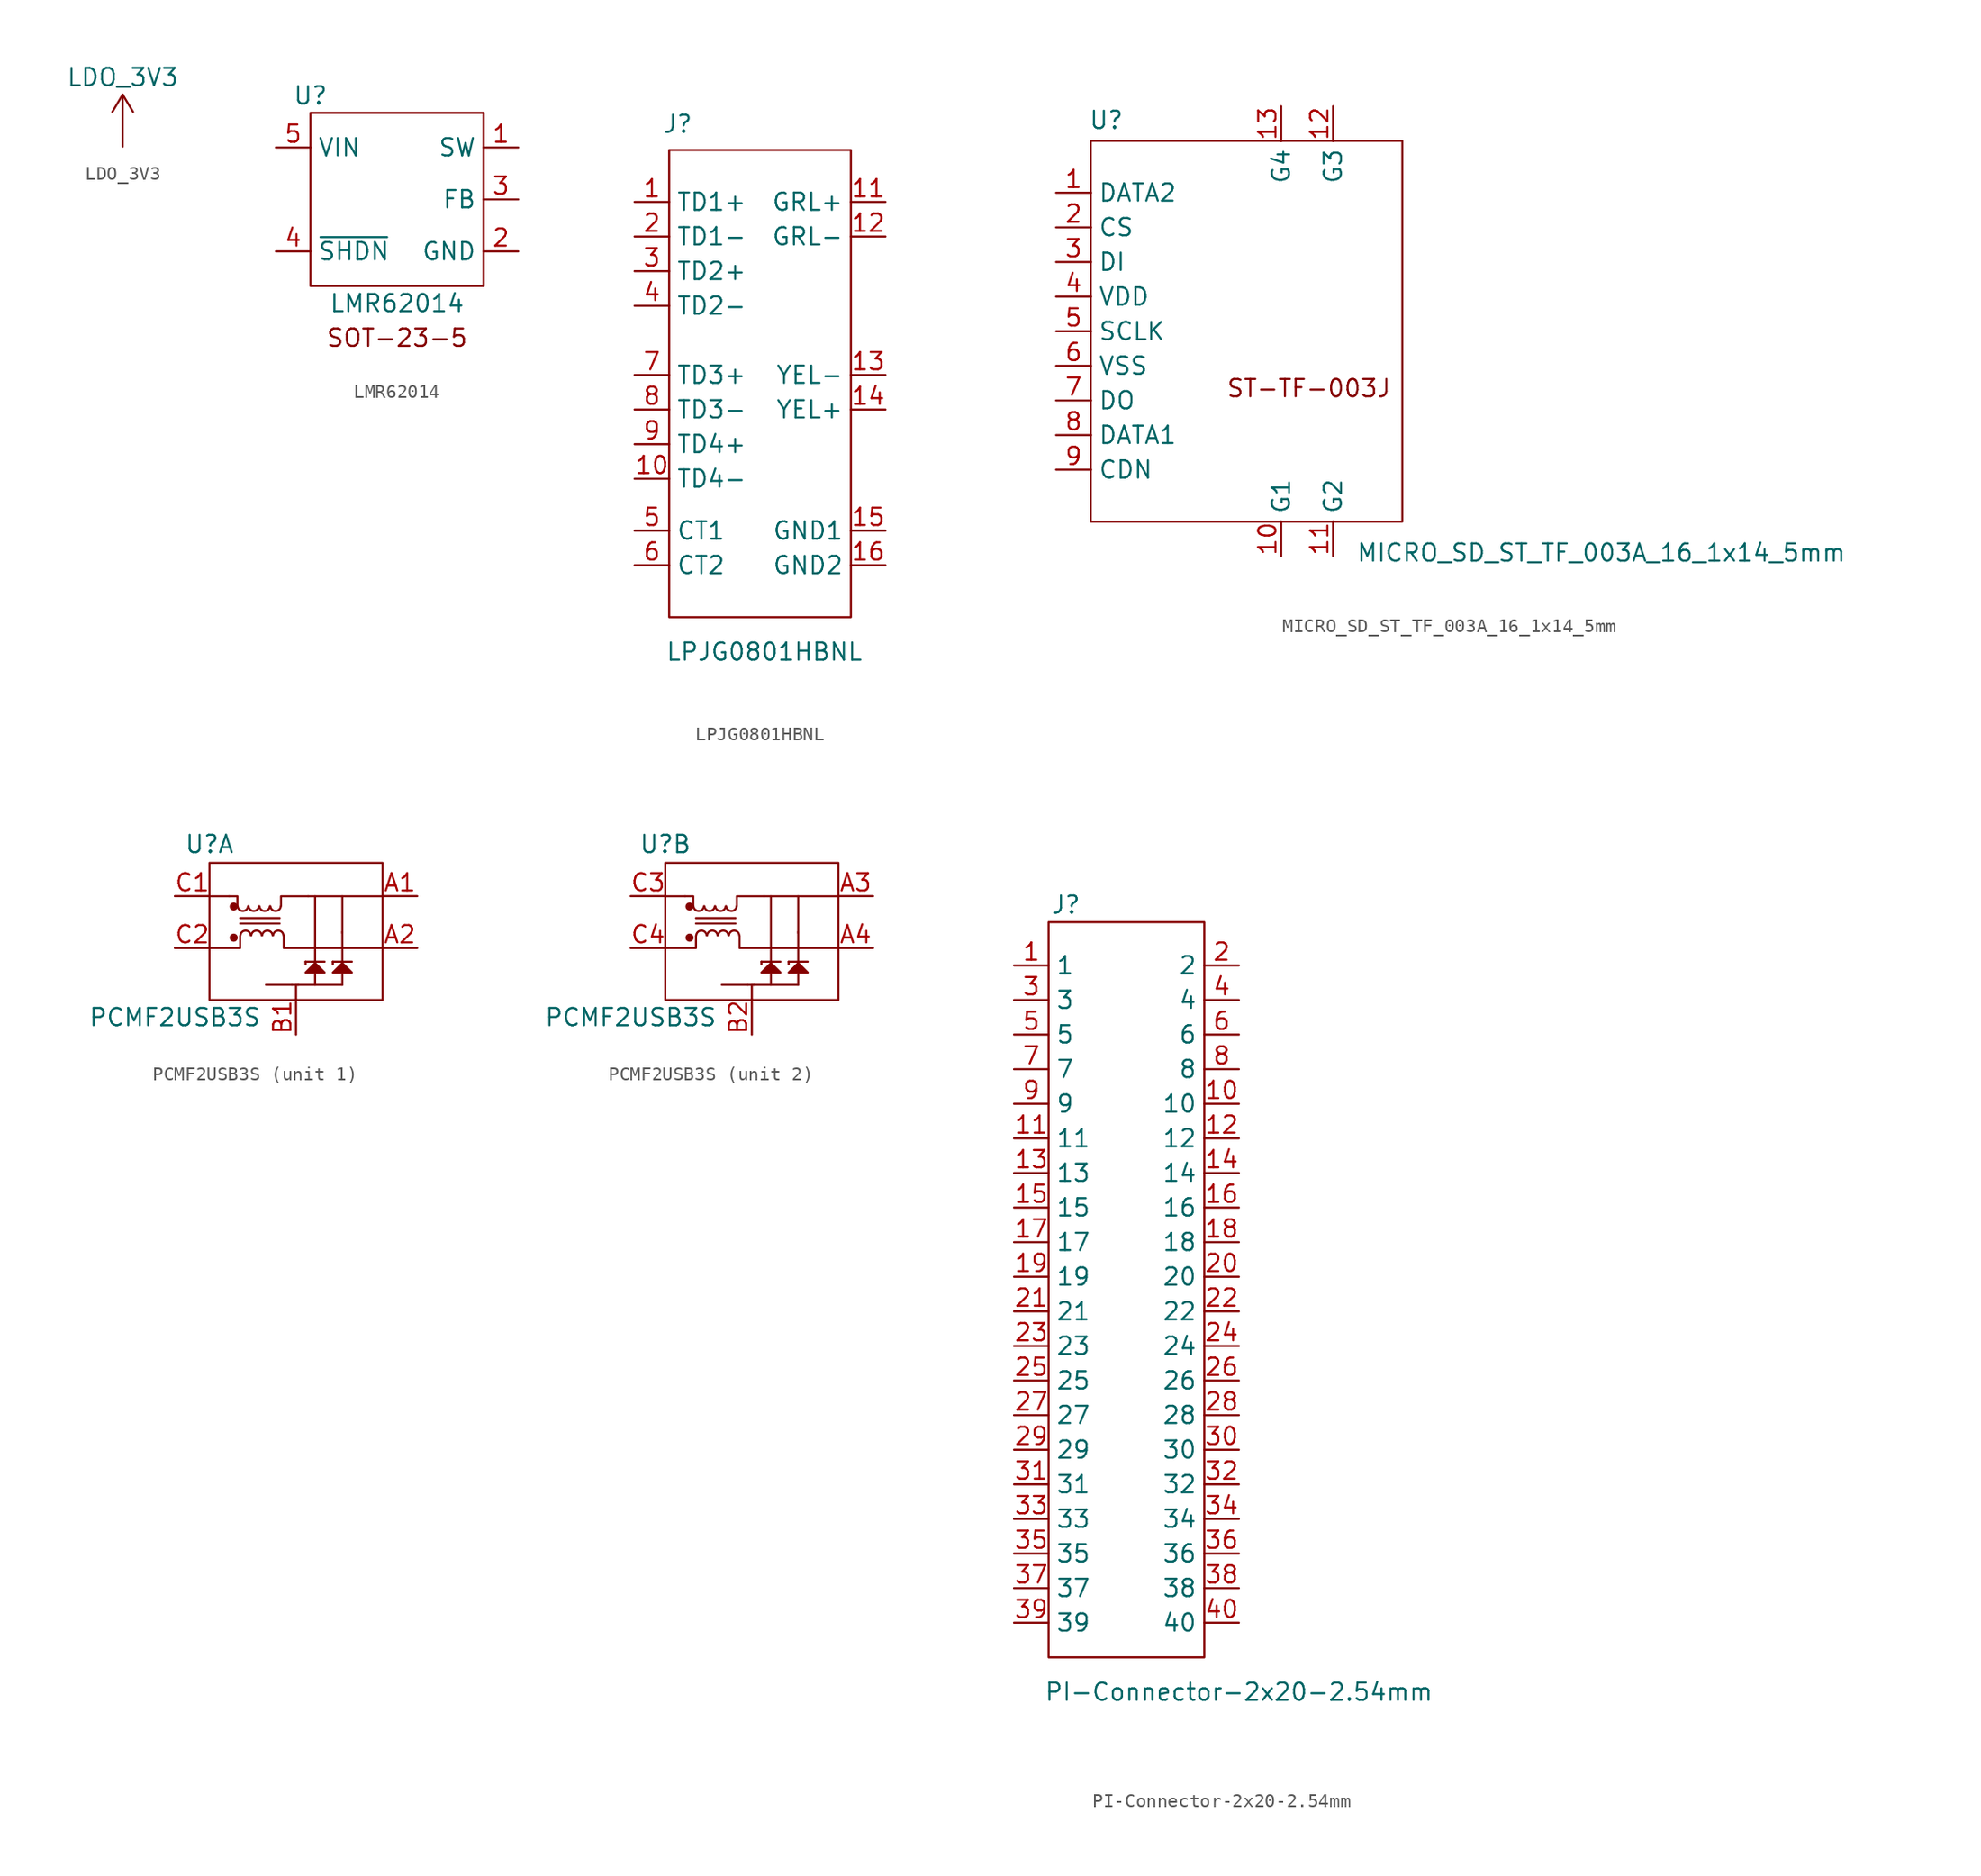
<source format=kicad_sym>
(kicad_symbol_lib
  (version 20201005)
  (generator kicad_symbol_editor)
  (symbol "BeagleV:LDO_3V3"
    (property "Reference" "P"
      (at 0 0 0)
      (effects (font (size 1.27 1.27)) hide))
    (property "Value" "LDO_3V3"
      (at 0 6.35 0)
      (effects (font (size 1.27 1.27))))
    (symbol "LDO_3V3_0_1"
      (polyline (pts (xy 0 1.27) (xy 0 5.08)) (stroke (width 0)) (fill (type none)))
      (polyline (pts (xy 0 5.08) (xy -0.762 3.81)) (stroke (width 0)) (fill (type none)))
      (polyline (pts (xy 0 5.08) (xy 0.762 3.81)) (stroke (width 0)) (fill (type none))))
    (symbol "LDO_3V3_1_1"
      (pin power_in line (at 0 1.27 90) (length 0) hide (name "LDO_3V3" (effects (font (size 1.27 1.27)))) (number "1" (effects (font (size 1.27 1.27)))))))
  (symbol "BeagleV:LMR62014"
    (property "Reference" "U"
      (at -7.62 7.62 0)
      (effects (font (size 1.27 1.27))))
    (property "Value" "LMR62014"
      (at -1.27 -7.62 0)
      (effects (font (size 1.27 1.27))))
    (symbol "LMR62014_0_0"
      (text "SOT-23-5" (at -1.27 -10.16 0) (effects (font (size 1.27 1.27))))
      (rectangle (start -7.62 6.35) (end 5.08 -6.35) (stroke (width 0.152)) (fill (type none))))
    (symbol "LMR62014_1_1"
      (pin power_out line (at 7.62 3.81 180) (length 2.54) (name "SW" (effects (font (size 1.27 1.27)))) (number "1" (effects (font (size 1.27 1.27)))))
      (pin passive line (at 7.62 -3.81 180) (length 2.54) (name "GND" (effects (font (size 1.27 1.27)))) (number "2" (effects (font (size 1.27 1.27)))))
      (pin input line (at 7.62 0 180) (length 2.54) (name "FB" (effects (font (size 1.27 1.27)))) (number "3" (effects (font (size 1.27 1.27)))))
      (pin input line (at -10.16 -3.81 0) (length 2.54) (name "~SHDN" (effects (font (size 1.27 1.27)))) (number "4" (effects (font (size 1.27 1.27)))))
      (pin power_in line (at -10.16 3.81 0) (length 2.54) (name "VIN" (effects (font (size 1.27 1.27)))) (number "5" (effects (font (size 1.27 1.27)))))))
  (symbol "BeagleV:LPJG0801HBNL"
    (property "Reference" "J"
      (at -6.35 13.335 0)
      (effects (font (size 1.27 1.27))))
    (property "Value" "LPJG0801HBNL"
      (at 0 -25.4 0)
      (effects (font (size 1.27 1.27))))
    (symbol "LPJG0801HBNL_0_1"
      (rectangle (start -6.985 11.43) (end 6.35 -22.86) (stroke (width 0.152)) (fill (type none))))
    (symbol "LPJG0801HBNL_1_1"
      (pin bidirectional line (at -9.525 7.62 0) (length 2.54) (name "TD1+" (effects (font (size 1.27 1.27)))) (number "1" (effects (font (size 1.27 1.27)))))
      (pin bidirectional line (at -9.525 -12.7 0) (length 2.54) (name "TD4-" (effects (font (size 1.27 1.27)))) (number "10" (effects (font (size 1.27 1.27)))))
      (pin bidirectional line (at 8.89 7.62 180) (length 2.54) (name "GRL+" (effects (font (size 1.27 1.27)))) (number "11" (effects (font (size 1.27 1.27)))))
      (pin bidirectional line (at 8.89 5.08 180) (length 2.54) (name "GRL-" (effects (font (size 1.27 1.27)))) (number "12" (effects (font (size 1.27 1.27)))))
      (pin bidirectional line (at 8.89 -5.08 180) (length 2.54) (name "YEL-" (effects (font (size 1.27 1.27)))) (number "13" (effects (font (size 1.27 1.27)))))
      (pin bidirectional line (at 8.89 -7.62 180) (length 2.54) (name "YEL+" (effects (font (size 1.27 1.27)))) (number "14" (effects (font (size 1.27 1.27)))))
      (pin bidirectional line (at 8.89 -16.51 180) (length 2.54) (name "GND1" (effects (font (size 1.27 1.27)))) (number "15" (effects (font (size 1.27 1.27)))))
      (pin bidirectional line (at 8.89 -19.05 180) (length 2.54) (name "GND2" (effects (font (size 1.27 1.27)))) (number "16" (effects (font (size 1.27 1.27)))))
      (pin bidirectional line (at -9.525 5.08 0) (length 2.54) (name "TD1-" (effects (font (size 1.27 1.27)))) (number "2" (effects (font (size 1.27 1.27)))))
      (pin bidirectional line (at -9.525 2.54 0) (length 2.54) (name "TD2+" (effects (font (size 1.27 1.27)))) (number "3" (effects (font (size 1.27 1.27)))))
      (pin bidirectional line (at -9.525 0 0) (length 2.54) (name "TD2-" (effects (font (size 1.27 1.27)))) (number "4" (effects (font (size 1.27 1.27)))))
      (pin bidirectional line (at -9.525 -16.51 0) (length 2.54) (name "CT1" (effects (font (size 1.27 1.27)))) (number "5" (effects (font (size 1.27 1.27)))))
      (pin bidirectional line (at -9.525 -19.05 0) (length 2.54) (name "CT2" (effects (font (size 1.27 1.27)))) (number "6" (effects (font (size 1.27 1.27)))))
      (pin bidirectional line (at -9.525 -5.08 0) (length 2.54) (name "TD3+" (effects (font (size 1.27 1.27)))) (number "7" (effects (font (size 1.27 1.27)))))
      (pin bidirectional line (at -9.525 -7.62 0) (length 2.54) (name "TD3-" (effects (font (size 1.27 1.27)))) (number "8" (effects (font (size 1.27 1.27)))))
      (pin bidirectional line (at -9.525 -10.16 0) (length 2.54) (name "TD4+" (effects (font (size 1.27 1.27)))) (number "9" (effects (font (size 1.27 1.27)))))))
  (symbol "BeagleV:MICRO_SD_ST_TF_003A_16_1x14_5mm"
    (property "Reference" "U"
      (at -10.287 15.494 0)
      (effects (font (size 1.27 1.27))))
    (property "Value" "MICRO_SD_ST_TF_003A_16_1x14_5mm"
      (at 26.035 -16.256 0)
      (effects (font (size 1.27 1.27))))
    (symbol "MICRO_SD_ST_TF_003A_16_1x14_5mm_0_0"
      (text "ST-TF-003J" (at 4.572 -4.191 0) (effects (font (size 1.27 1.27))))
      (rectangle (start -11.43 13.97) (end 11.43 -13.97) (stroke (width 0.152)) (fill (type none))))
    (symbol "MICRO_SD_ST_TF_003A_16_1x14_5mm_1_1"
      (pin bidirectional line (at -13.97 10.16 0) (length 2.56) (name "DATA2" (effects (font (size 1.27 1.27)))) (number "1" (effects (font (size 1.27 1.27)))))
      (pin power_in line (at 2.54 -16.51 90) (length 2.56) (name "G1" (effects (font (size 1.27 1.27)))) (number "10" (effects (font (size 1.27 1.27)))))
      (pin power_in line (at 6.35 -16.51 90) (length 2.56) (name "G2" (effects (font (size 1.27 1.27)))) (number "11" (effects (font (size 1.27 1.27)))))
      (pin power_in line (at 6.35 16.51 270) (length 2.56) (name "G3" (effects (font (size 1.27 1.27)))) (number "12" (effects (font (size 1.27 1.27)))))
      (pin power_in line (at 2.54 16.51 270) (length 2.56) (name "G4" (effects (font (size 1.27 1.27)))) (number "13" (effects (font (size 1.27 1.27)))))
      (pin input line (at -13.97 7.62 0) (length 2.56) (name "CS" (effects (font (size 1.27 1.27)))) (number "2" (effects (font (size 1.27 1.27)))))
      (pin input line (at -13.97 5.08 0) (length 2.56) (name "DI" (effects (font (size 1.27 1.27)))) (number "3" (effects (font (size 1.27 1.27)))))
      (pin power_in line (at -13.97 2.54 0) (length 2.56) (name "VDD" (effects (font (size 1.27 1.27)))) (number "4" (effects (font (size 1.27 1.27)))))
      (pin input line (at -13.97 0 0) (length 2.56) (name "SCLK" (effects (font (size 1.27 1.27)))) (number "5" (effects (font (size 1.27 1.27)))))
      (pin power_in line (at -13.97 -2.54 0) (length 2.56) (name "VSS" (effects (font (size 1.27 1.27)))) (number "6" (effects (font (size 1.27 1.27)))))
      (pin bidirectional line (at -13.97 -5.08 0) (length 2.56) (name "DO" (effects (font (size 1.27 1.27)))) (number "7" (effects (font (size 1.27 1.27)))))
      (pin bidirectional line (at -13.97 -7.62 0) (length 2.56) (name "DATA1" (effects (font (size 1.27 1.27)))) (number "8" (effects (font (size 1.27 1.27)))))
      (pin output line (at -13.97 -10.16 0) (length 2.56) (name "CDN" (effects (font (size 1.27 1.27)))) (number "9" (effects (font (size 1.27 1.27)))))))
  (symbol "BeagleV:PCMF2USB3S"
    (property "Reference" "U"
      (at -6.35 6.35 0)
      (effects (font (size 1.27 1.27))))
    (property "Value" "PCMF2USB3S"
      (at -8.89 -6.35 0)
      (effects (font (size 1.27 1.27))))
    (property "ki_locked" ""
      (at 0 0 0)
      (effects (font (size 1.27 1.27))))
    (symbol "PCMF2USB3S_0_1"
      (arc (start -3.519 1.795) (end -4.281 1.795) (radius (at -3.9 1.83) (length 0.3826) (angles -5.2 -174.8)) (stroke (width 0.1524)) (fill (type none)))
      (arc (start -4.081 -0.335) (end -3.319 -0.335) (radius (at -3.7 -0.37) (length 0.3826) (angles 174.8 5.2)) (stroke (width 0.1524)) (fill (type none)))
      (arc (start -2.719 1.795) (end -3.481 1.795) (radius (at -3.1 1.83) (length 0.3826) (angles -5.2 -174.8)) (stroke (width 0.1524)) (fill (type none)))
      (arc (start -3.281 -0.335) (end -2.519 -0.335) (radius (at -2.9 -0.37) (length 0.3826) (angles 174.8 5.2)) (stroke (width 0.1524)) (fill (type none)))
      (arc (start -1.919 1.795) (end -2.681 1.795) (radius (at -2.3 1.83) (length 0.3826) (angles -5.2 -174.8)) (stroke (width 0.1524)) (fill (type none)))
      (arc (start -2.481 -0.335) (end -1.719 -0.335) (radius (at -2.1 -0.37) (length 0.3826) (angles 174.8 5.2)) (stroke (width 0.1524)) (fill (type none)))
      (arc (start -1.119 1.795) (end -1.881 1.795) (radius (at -1.5 1.83) (length 0.3826) (angles -5.2 -174.8)) (stroke (width 0.1524)) (fill (type none)))
      (arc (start -1.681 -0.335) (end -0.919 -0.335) (radius (at -1.3 -0.37) (length 0.3826) (angles 174.8 5.2)) (stroke (width 0.1524)) (fill (type none)))
      (circle (center -4.572 -0.508) (radius 0) (stroke (width 0.3)) (fill (type none)))
      (circle (center -4.572 1.778) (radius 0) (stroke (width 0.3)) (fill (type none)))
      (rectangle (start -6.35 4.98) (end 6.35 -5.08) (stroke (width 0.152)) (fill (type none)))
      (polyline (pts (xy -4.9 -1.27) (xy -6.4 -1.27)) (stroke (width 0.152)) (fill (type none)))
      (polyline (pts (xy -4.9 2.53) (xy -6.3 2.53)) (stroke (width 0.152)) (fill (type none)))
      (polyline (pts (xy -4.1 0.53) (xy -1.2 0.53)) (stroke (width 0.152)) (fill (type none)))
      (polyline (pts (xy -4.1 0.93) (xy -1.2 0.93)) (stroke (width 0.152)) (fill (type none)))
      (polyline (pts (xy -0.3 -3.97) (xy -2.2 -3.97)) (stroke (width 0.152)) (fill (type none)))
      (polyline (pts (xy 0 -5.07) (xy 0 -3.97)) (stroke (width 0.152)) (fill (type none)))
      (polyline (pts (xy 0.2 -3.97) (xy -0.3 -3.97)) (stroke (width 0.152)) (fill (type none)))
      (polyline (pts (xy 0.7 -2.27) (xy 0.7 -2.47)) (stroke (width 0.152)) (fill (type none)))
      (polyline (pts (xy 0.7 -2.27) (xy 2.1 -2.27)) (stroke (width 0.152)) (fill (type none)))
      (polyline (pts (xy 0.9 -1.27) (xy 6.3 -1.27)) (stroke (width 0.152)) (fill (type none)))
      (polyline (pts (xy 0.9 2.53) (xy 6.3 2.53)) (stroke (width 0.152)) (fill (type none)))
      (polyline (pts (xy 1.4 -3.17) (xy 1.4 -3.97)) (stroke (width 0.152)) (fill (type none)))
      (polyline (pts (xy 1.4 -2.27) (xy 1.4 -1.37)) (stroke (width 0.152)) (fill (type none)))
      (polyline (pts (xy 1.4 -1.27) (xy 1.4 2.53)) (stroke (width 0.152)) (fill (type none)))
      (polyline (pts (xy 2.7 -2.27) (xy 2.7 -2.47)) (stroke (width 0.152)) (fill (type none)))
      (polyline (pts (xy 2.7 -2.27) (xy 4.1 -2.27)) (stroke (width 0.152)) (fill (type none)))
      (polyline (pts (xy 3.4 -3.97) (xy 0.1 -3.97)) (stroke (width 0.152)) (fill (type none)))
      (polyline (pts (xy 3.4 -3.17) (xy 3.4 -3.97)) (stroke (width 0.152)) (fill (type none)))
      (polyline (pts (xy 3.4 -2.27) (xy 3.4 -0.07)) (stroke (width 0.152)) (fill (type none)))
      (polyline (pts (xy 3.4 -0.17) (xy 3.4 2.53)) (stroke (width 0.152)) (fill (type none)))
      (polyline (pts (xy -4.1 -0.37) (xy -4.1 -1.27) (xy -4.9 -1.27)) (stroke (width 0.152)) (fill (type none)))
      (polyline (pts (xy -0.9 -0.37) (xy -0.9 -1.27) (xy 0.9 -1.27)) (stroke (width 0.152)) (fill (type none)))
      (polyline (pts (xy 0.9 2.53) (xy -1.1 2.53) (xy -1.1 1.83)) (stroke (width 0.152)) (fill (type none)))
      (polyline (pts (xy -4.9 2.53) (xy -4.4 2.53) (xy -4.3 2.53) (xy -4.3 1.83)) (stroke (width 0.152)) (fill (type none)))
      (polyline (pts (xy 1.4 -2.37) (xy 0.7 -3.07) (xy 2.1 -3.07) (xy 1.4 -2.37)) (stroke (width 0.152)) (fill (type outline)))
      (polyline (pts (xy 3.4 -2.37) (xy 2.7 -3.07) (xy 4.1 -3.07) (xy 3.4 -2.37)) (stroke (width 0.152)) (fill (type outline))))
    (symbol "PCMF2USB3S_1_1"
      (pin output line (at 8.89 2.54 180) (length 2.56) (name "" (effects (font (size 1.27 1.27)))) (number "A1" (effects (font (size 1.27 1.27)))))
      (pin output line (at 8.89 -1.27 180) (length 2.56) (name "" (effects (font (size 1.27 1.27)))) (number "A2" (effects (font (size 1.27 1.27)))))
      (pin power_out line (at 0 -7.62 90) (length 2.56) (name "" (effects (font (size 1.27 1.27)))) (number "B1" (effects (font (size 1.27 1.27)))))
      (pin input line (at -8.89 2.54 0) (length 2.56) (name "" (effects (font (size 1.27 1.27)))) (number "C1" (effects (font (size 1.27 1.27)))))
      (pin input line (at -8.89 -1.27 0) (length 2.56) (name "" (effects (font (size 1.27 1.27)))) (number "C2" (effects (font (size 1.27 1.27))))))
    (symbol "PCMF2USB3S_2_1"
      (pin output line (at 8.89 2.54 180) (length 2.56) (name "" (effects (font (size 1.27 1.27)))) (number "A3" (effects (font (size 1.27 1.27)))))
      (pin output line (at 8.89 -1.27 180) (length 2.56) (name "" (effects (font (size 1.27 1.27)))) (number "A4" (effects (font (size 1.27 1.27)))))
      (pin power_out line (at 0 -7.62 90) (length 2.56) (name "" (effects (font (size 1.27 1.27)))) (number "B2" (effects (font (size 1.27 1.27)))))
      (pin input line (at -8.89 2.54 0) (length 2.56) (name "" (effects (font (size 1.27 1.27)))) (number "C3" (effects (font (size 1.27 1.27)))))
      (pin input line (at -8.89 -1.27 0) (length 2.56) (name "" (effects (font (size 1.27 1.27)))) (number "C4" (effects (font (size 1.27 1.27)))))))
  (symbol "BeagleV:PI-Connector-2x20-2.54mm"
    (property "Reference" "J"
      (at -4.445 34.29 0)
      (effects (font (size 1.27 1.27))))
    (property "Value" "PI-Connector-2x20-2.54mm"
      (at 8.255 -23.495 0)
      (effects (font (size 1.27 1.27))))
    (symbol "PI-Connector-2x20-2.54mm_0_1"
      (rectangle (start -5.715 33.02) (end 5.715 -20.955) (stroke (width 0.152)) (fill (type none))))
    (symbol "PI-Connector-2x20-2.54mm_1_1"
      (pin passive line (at -8.255 29.845 0) (length 2.54) (name "1" (effects (font (size 1.27 1.27)))) (number "1" (effects (font (size 1.27 1.27)))))
      (pin passive line (at 8.255 19.685 180) (length 2.54) (name "10" (effects (font (size 1.27 1.27)))) (number "10" (effects (font (size 1.27 1.27)))))
      (pin passive line (at -8.255 17.145 0) (length 2.54) (name "11" (effects (font (size 1.27 1.27)))) (number "11" (effects (font (size 1.27 1.27)))))
      (pin passive line (at 8.255 17.145 180) (length 2.54) (name "12" (effects (font (size 1.27 1.27)))) (number "12" (effects (font (size 1.27 1.27)))))
      (pin passive line (at -8.255 14.605 0) (length 2.54) (name "13" (effects (font (size 1.27 1.27)))) (number "13" (effects (font (size 1.27 1.27)))))
      (pin passive line (at 8.255 14.605 180) (length 2.54) (name "14" (effects (font (size 1.27 1.27)))) (number "14" (effects (font (size 1.27 1.27)))))
      (pin passive line (at -8.255 12.065 0) (length 2.54) (name "15" (effects (font (size 1.27 1.27)))) (number "15" (effects (font (size 1.27 1.27)))))
      (pin passive line (at 8.255 12.065 180) (length 2.54) (name "16" (effects (font (size 1.27 1.27)))) (number "16" (effects (font (size 1.27 1.27)))))
      (pin passive line (at -8.255 9.525 0) (length 2.54) (name "17" (effects (font (size 1.27 1.27)))) (number "17" (effects (font (size 1.27 1.27)))))
      (pin passive line (at 8.255 9.525 180) (length 2.54) (name "18" (effects (font (size 1.27 1.27)))) (number "18" (effects (font (size 1.27 1.27)))))
      (pin passive line (at -8.255 6.985 0) (length 2.54) (name "19" (effects (font (size 1.27 1.27)))) (number "19" (effects (font (size 1.27 1.27)))))
      (pin passive line (at 8.255 29.845 180) (length 2.54) (name "2" (effects (font (size 1.27 1.27)))) (number "2" (effects (font (size 1.27 1.27)))))
      (pin passive line (at 8.255 6.985 180) (length 2.54) (name "20" (effects (font (size 1.27 1.27)))) (number "20" (effects (font (size 1.27 1.27)))))
      (pin passive line (at -8.255 4.445 0) (length 2.54) (name "21" (effects (font (size 1.27 1.27)))) (number "21" (effects (font (size 1.27 1.27)))))
      (pin passive line (at 8.255 4.445 180) (length 2.54) (name "22" (effects (font (size 1.27 1.27)))) (number "22" (effects (font (size 1.27 1.27)))))
      (pin passive line (at -8.255 1.905 0) (length 2.54) (name "23" (effects (font (size 1.27 1.27)))) (number "23" (effects (font (size 1.27 1.27)))))
      (pin passive line (at 8.255 1.905 180) (length 2.54) (name "24" (effects (font (size 1.27 1.27)))) (number "24" (effects (font (size 1.27 1.27)))))
      (pin passive line (at -8.255 -0.635 0) (length 2.54) (name "25" (effects (font (size 1.27 1.27)))) (number "25" (effects (font (size 1.27 1.27)))))
      (pin passive line (at 8.255 -0.635 180) (length 2.54) (name "26" (effects (font (size 1.27 1.27)))) (number "26" (effects (font (size 1.27 1.27)))))
      (pin passive line (at -8.255 -3.175 0) (length 2.54) (name "27" (effects (font (size 1.27 1.27)))) (number "27" (effects (font (size 1.27 1.27)))))
      (pin passive line (at 8.255 -3.175 180) (length 2.54) (name "28" (effects (font (size 1.27 1.27)))) (number "28" (effects (font (size 1.27 1.27)))))
      (pin passive line (at -8.255 -5.715 0) (length 2.54) (name "29" (effects (font (size 1.27 1.27)))) (number "29" (effects (font (size 1.27 1.27)))))
      (pin passive line (at -8.255 27.305 0) (length 2.54) (name "3" (effects (font (size 1.27 1.27)))) (number "3" (effects (font (size 1.27 1.27)))))
      (pin passive line (at 8.255 -5.715 180) (length 2.54) (name "30" (effects (font (size 1.27 1.27)))) (number "30" (effects (font (size 1.27 1.27)))))
      (pin passive line (at -8.255 -8.255 0) (length 2.54) (name "31" (effects (font (size 1.27 1.27)))) (number "31" (effects (font (size 1.27 1.27)))))
      (pin passive line (at 8.255 -8.255 180) (length 2.54) (name "32" (effects (font (size 1.27 1.27)))) (number "32" (effects (font (size 1.27 1.27)))))
      (pin passive line (at -8.255 -10.795 0) (length 2.54) (name "33" (effects (font (size 1.27 1.27)))) (number "33" (effects (font (size 1.27 1.27)))))
      (pin passive line (at 8.255 -10.795 180) (length 2.54) (name "34" (effects (font (size 1.27 1.27)))) (number "34" (effects (font (size 1.27 1.27)))))
      (pin passive line (at -8.255 -13.335 0) (length 2.54) (name "35" (effects (font (size 1.27 1.27)))) (number "35" (effects (font (size 1.27 1.27)))))
      (pin passive line (at 8.255 -13.335 180) (length 2.54) (name "36" (effects (font (size 1.27 1.27)))) (number "36" (effects (font (size 1.27 1.27)))))
      (pin passive line (at -8.255 -15.875 0) (length 2.54) (name "37" (effects (font (size 1.27 1.27)))) (number "37" (effects (font (size 1.27 1.27)))))
      (pin passive line (at 8.255 -15.875 180) (length 2.54) (name "38" (effects (font (size 1.27 1.27)))) (number "38" (effects (font (size 1.27 1.27)))))
      (pin passive line (at -8.255 -18.415 0) (length 2.54) (name "39" (effects (font (size 1.27 1.27)))) (number "39" (effects (font (size 1.27 1.27)))))
      (pin passive line (at 8.255 27.305 180) (length 2.54) (name "4" (effects (font (size 1.27 1.27)))) (number "4" (effects (font (size 1.27 1.27)))))
      (pin passive line (at 8.255 -18.415 180) (length 2.54) (name "40" (effects (font (size 1.27 1.27)))) (number "40" (effects (font (size 1.27 1.27)))))
      (pin passive line (at -8.255 24.765 0) (length 2.54) (name "5" (effects (font (size 1.27 1.27)))) (number "5" (effects (font (size 1.27 1.27)))))
      (pin passive line (at 8.255 24.765 180) (length 2.54) (name "6" (effects (font (size 1.27 1.27)))) (number "6" (effects (font (size 1.27 1.27)))))
      (pin passive line (at -8.255 22.225 0) (length 2.54) (name "7" (effects (font (size 1.27 1.27)))) (number "7" (effects (font (size 1.27 1.27)))))
      (pin passive line (at 8.255 22.225 180) (length 2.54) (name "8" (effects (font (size 1.27 1.27)))) (number "8" (effects (font (size 1.27 1.27)))))
      (pin passive line (at -8.255 19.685 0) (length 2.54) (name "9" (effects (font (size 1.27 1.27)))) (number "9" (effects (font (size 1.27 1.27))))))))
</source>
